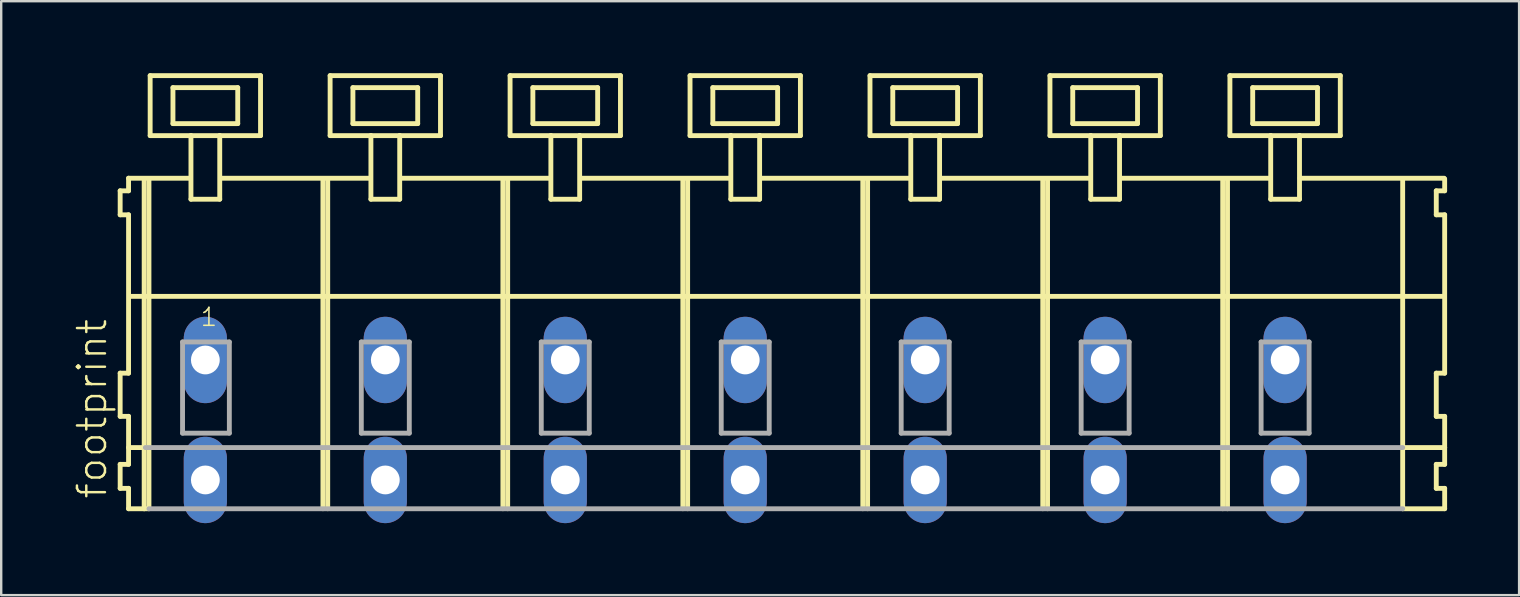
<source format=kicad_pcb>
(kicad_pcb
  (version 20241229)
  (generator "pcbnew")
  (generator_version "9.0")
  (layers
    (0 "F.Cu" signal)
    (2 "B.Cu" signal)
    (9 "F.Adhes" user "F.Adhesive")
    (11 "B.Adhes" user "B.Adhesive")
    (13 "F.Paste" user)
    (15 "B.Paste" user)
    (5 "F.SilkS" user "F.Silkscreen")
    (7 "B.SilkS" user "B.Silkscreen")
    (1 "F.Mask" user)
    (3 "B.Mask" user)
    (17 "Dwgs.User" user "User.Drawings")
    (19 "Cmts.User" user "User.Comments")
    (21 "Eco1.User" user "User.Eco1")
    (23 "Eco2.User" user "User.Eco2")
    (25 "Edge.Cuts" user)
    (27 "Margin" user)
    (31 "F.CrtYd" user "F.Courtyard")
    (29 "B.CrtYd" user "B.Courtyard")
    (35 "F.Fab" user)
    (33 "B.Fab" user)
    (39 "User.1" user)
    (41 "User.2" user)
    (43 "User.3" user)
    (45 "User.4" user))
  (footprint "footprint"
    (layer "F.Cu")
    (at 25.508 11.952)
    (property "Reference" "footprint" (at -24.035 5.855 90) (layer "F.SilkS") (effects (font (size 1.168 1.168) (thickness 0.102)) (justify left bottom)))
    (fp_line (start -23.55 -7.05) (end -23.55 -6.05) (stroke (width 0.203) (type solid)) (layer "F.SilkS"))
    (fp_line (start -23.55 -6.05) (end -23.2 -6.05) (stroke (width 0.203) (type solid)) (layer "F.SilkS"))
    (fp_line (start -23.55 0.55) (end -23.55 2.35) (stroke (width 0.203) (type solid)) (layer "F.SilkS"))
    (fp_line (start -23.55 2.35) (end -23.2 2.35) (stroke (width 0.203) (type solid)) (layer "F.SilkS"))
    (fp_line (start -23.55 4.35) (end -23.55 5.35) (stroke (width 0.203) (type solid)) (layer "F.SilkS"))
    (fp_line (start -23.55 5.35) (end -23.2 5.35) (stroke (width 0.203) (type solid)) (layer "F.SilkS"))
    (fp_line (start -23.2 -7.575) (end -23.2 -7.05) (stroke (width 0.203) (type solid)) (layer "F.SilkS"))
    (fp_line (start -23.2 -7.575) (end -20.625 -7.575) (stroke (width 0.203) (type solid)) (layer "F.SilkS"))
    (fp_line (start -23.2 -7.05) (end -23.55 -7.05) (stroke (width 0.203) (type solid)) (layer "F.SilkS"))
    (fp_line (start -23.2 -6.05) (end -23.2 0.55) (stroke (width 0.203) (type solid)) (layer "F.SilkS"))
    (fp_line (start -23.2 0.55) (end -23.55 0.55) (stroke (width 0.203) (type solid)) (layer "F.SilkS"))
    (fp_line (start -23.2 2.35) (end -23.2 4.35) (stroke (width 0.203) (type solid)) (layer "F.SilkS"))
    (fp_line (start -23.2 3.65) (end -22.5 3.65) (stroke (width 0.203) (type solid)) (layer "F.SilkS"))
    (fp_line (start -23.2 4.35) (end -23.55 4.35) (stroke (width 0.203) (type solid)) (layer "F.SilkS"))
    (fp_line (start -23.2 5.35) (end -23.2 6.2) (stroke (width 0.203) (type solid)) (layer "F.SilkS"))
    (fp_line (start -23.2 6.2) (end -22.55 6.2) (stroke (width 0.203) (type solid)) (layer "F.SilkS"))
    (fp_line (start -23.15 -2.65) (end 31.6 -2.65) (stroke (width 0.203) (type solid)) (layer "F.SilkS"))
    (fp_line (start -22.55 -7.55) (end -22.55 6.2) (stroke (width 0.203) (type solid)) (layer "F.SilkS"))
    (fp_line (start -22.55 6.2) (end -22.35 6.2) (stroke (width 0.203) (type solid)) (layer "F.SilkS"))
    (fp_line (start -22.35 -7.55) (end -22.35 6.2) (stroke (width 0.203) (type solid)) (layer "F.SilkS"))
    (fp_line (start -22.3 -11.85) (end -22.3 -9.35) (stroke (width 0.203) (type solid)) (layer "F.SilkS"))
    (fp_line (start -22.3 -9.35) (end -20.6 -9.35) (stroke (width 0.203) (type solid)) (layer "F.SilkS"))
    (fp_line (start -21.35 -11.35) (end -21.35 -9.85) (stroke (width 0.203) (type solid)) (layer "F.SilkS"))
    (fp_line (start -21.35 -9.85) (end -18.65 -9.85) (stroke (width 0.203) (type solid)) (layer "F.SilkS"))
    (fp_line (start -20.6 -9.35) (end -20.6 -6.7) (stroke (width 0.203) (type solid)) (layer "F.SilkS"))
    (fp_line (start -20.6 -9.35) (end -19.4 -9.35) (stroke (width 0.203) (type solid)) (layer "F.SilkS"))
    (fp_line (start -20.6 -6.7) (end -19.4 -6.7) (stroke (width 0.203) (type solid)) (layer "F.SilkS"))
    (fp_line (start -19.4 -9.35) (end -17.7 -9.35) (stroke (width 0.203) (type solid)) (layer "F.SilkS"))
    (fp_line (start -19.4 -6.7) (end -19.4 -9.35) (stroke (width 0.203) (type solid)) (layer "F.SilkS"))
    (fp_line (start -19.325 -7.575) (end -13.125 -7.575) (stroke (width 0.203) (type solid)) (layer "F.SilkS"))
    (fp_line (start -18.65 -11.35) (end -21.35 -11.35) (stroke (width 0.203) (type solid)) (layer "F.SilkS"))
    (fp_line (start -18.65 -9.85) (end -18.65 -11.35) (stroke (width 0.203) (type solid)) (layer "F.SilkS"))
    (fp_line (start -17.7 -11.85) (end -22.3 -11.85) (stroke (width 0.203) (type solid)) (layer "F.SilkS"))
    (fp_line (start -17.7 -9.35) (end -17.7 -11.85) (stroke (width 0.203) (type solid)) (layer "F.SilkS"))
    (fp_line (start -15.1 -7.55) (end -15.1 6.2) (stroke (width 0.203) (type solid)) (layer "F.SilkS"))
    (fp_line (start -14.9 -7.55) (end -14.9 6.2) (stroke (width 0.203) (type solid)) (layer "F.SilkS"))
    (fp_line (start -14.8 -11.85) (end -14.8 -9.35) (stroke (width 0.203) (type solid)) (layer "F.SilkS"))
    (fp_line (start -14.8 -9.35) (end -13.1 -9.35) (stroke (width 0.203) (type solid)) (layer "F.SilkS"))
    (fp_line (start -13.85 -11.35) (end -13.85 -9.85) (stroke (width 0.203) (type solid)) (layer "F.SilkS"))
    (fp_line (start -13.85 -9.85) (end -11.15 -9.85) (stroke (width 0.203) (type solid)) (layer "F.SilkS"))
    (fp_line (start -13.1 -9.35) (end -13.1 -6.7) (stroke (width 0.203) (type solid)) (layer "F.SilkS"))
    (fp_line (start -13.1 -9.35) (end -11.9 -9.35) (stroke (width 0.203) (type solid)) (layer "F.SilkS"))
    (fp_line (start -13.1 -6.7) (end -11.9 -6.7) (stroke (width 0.203) (type solid)) (layer "F.SilkS"))
    (fp_line (start -11.9 -9.35) (end -10.2 -9.35) (stroke (width 0.203) (type solid)) (layer "F.SilkS"))
    (fp_line (start -11.9 -6.7) (end -11.9 -9.35) (stroke (width 0.203) (type solid)) (layer "F.SilkS"))
    (fp_line (start -11.825 -7.575) (end -5.625 -7.575) (stroke (width 0.203) (type solid)) (layer "F.SilkS"))
    (fp_line (start -11.15 -11.35) (end -13.85 -11.35) (stroke (width 0.203) (type solid)) (layer "F.SilkS"))
    (fp_line (start -11.15 -9.85) (end -11.15 -11.35) (stroke (width 0.203) (type solid)) (layer "F.SilkS"))
    (fp_line (start -10.2 -11.85) (end -14.8 -11.85) (stroke (width 0.203) (type solid)) (layer "F.SilkS"))
    (fp_line (start -10.2 -9.35) (end -10.2 -11.85) (stroke (width 0.203) (type solid)) (layer "F.SilkS"))
    (fp_line (start -7.6 -7.55) (end -7.6 6.2) (stroke (width 0.203) (type solid)) (layer "F.SilkS"))
    (fp_line (start -7.4 -7.55) (end -7.4 6.2) (stroke (width 0.203) (type solid)) (layer "F.SilkS"))
    (fp_line (start -7.3 -11.85) (end -7.3 -9.35) (stroke (width 0.203) (type solid)) (layer "F.SilkS"))
    (fp_line (start -7.3 -9.35) (end -5.6 -9.35) (stroke (width 0.203) (type solid)) (layer "F.SilkS"))
    (fp_line (start -6.35 -11.35) (end -6.35 -9.85) (stroke (width 0.203) (type solid)) (layer "F.SilkS"))
    (fp_line (start -6.35 -9.85) (end -3.65 -9.85) (stroke (width 0.203) (type solid)) (layer "F.SilkS"))
    (fp_line (start -5.6 -9.35) (end -5.6 -6.7) (stroke (width 0.203) (type solid)) (layer "F.SilkS"))
    (fp_line (start -5.6 -9.35) (end -4.4 -9.35) (stroke (width 0.203) (type solid)) (layer "F.SilkS"))
    (fp_line (start -5.6 -6.7) (end -4.4 -6.7) (stroke (width 0.203) (type solid)) (layer "F.SilkS"))
    (fp_line (start -4.4 -9.35) (end -2.7 -9.35) (stroke (width 0.203) (type solid)) (layer "F.SilkS"))
    (fp_line (start -4.4 -6.7) (end -4.4 -9.35) (stroke (width 0.203) (type solid)) (layer "F.SilkS"))
    (fp_line (start -4.325 -7.575) (end 1.875 -7.575) (stroke (width 0.203) (type solid)) (layer "F.SilkS"))
    (fp_line (start -3.65 -11.35) (end -6.35 -11.35) (stroke (width 0.203) (type solid)) (layer "F.SilkS"))
    (fp_line (start -3.65 -9.85) (end -3.65 -11.35) (stroke (width 0.203) (type solid)) (layer "F.SilkS"))
    (fp_line (start -2.7 -11.85) (end -7.3 -11.85) (stroke (width 0.203) (type solid)) (layer "F.SilkS"))
    (fp_line (start -2.7 -9.35) (end -2.7 -11.85) (stroke (width 0.203) (type solid)) (layer "F.SilkS"))
    (fp_line (start -0.1 -7.55) (end -0.1 6.2) (stroke (width 0.203) (type solid)) (layer "F.SilkS"))
    (fp_line (start 0.1 -7.55) (end 0.1 6.2) (stroke (width 0.203) (type solid)) (layer "F.SilkS"))
    (fp_line (start 0.2 -11.85) (end 0.2 -9.35) (stroke (width 0.203) (type solid)) (layer "F.SilkS"))
    (fp_line (start 0.2 -9.35) (end 1.9 -9.35) (stroke (width 0.203) (type solid)) (layer "F.SilkS"))
    (fp_line (start 1.15 -11.35) (end 1.15 -9.85) (stroke (width 0.203) (type solid)) (layer "F.SilkS"))
    (fp_line (start 1.15 -9.85) (end 3.85 -9.85) (stroke (width 0.203) (type solid)) (layer "F.SilkS"))
    (fp_line (start 1.9 -9.35) (end 1.9 -6.7) (stroke (width 0.203) (type solid)) (layer "F.SilkS"))
    (fp_line (start 1.9 -9.35) (end 3.1 -9.35) (stroke (width 0.203) (type solid)) (layer "F.SilkS"))
    (fp_line (start 1.9 -6.7) (end 3.1 -6.7) (stroke (width 0.203) (type solid)) (layer "F.SilkS"))
    (fp_line (start 3.1 -9.35) (end 4.8 -9.35) (stroke (width 0.203) (type solid)) (layer "F.SilkS"))
    (fp_line (start 3.1 -6.7) (end 3.1 -9.35) (stroke (width 0.203) (type solid)) (layer "F.SilkS"))
    (fp_line (start 3.175 -7.575) (end 9.375 -7.575) (stroke (width 0.203) (type solid)) (layer "F.SilkS"))
    (fp_line (start 3.85 -11.35) (end 1.15 -11.35) (stroke (width 0.203) (type solid)) (layer "F.SilkS"))
    (fp_line (start 3.85 -9.85) (end 3.85 -11.35) (stroke (width 0.203) (type solid)) (layer "F.SilkS"))
    (fp_line (start 4.8 -11.85) (end 0.2 -11.85) (stroke (width 0.203) (type solid)) (layer "F.SilkS"))
    (fp_line (start 4.8 -9.35) (end 4.8 -11.85) (stroke (width 0.203) (type solid)) (layer "F.SilkS"))
    (fp_line (start 7.4 -7.55) (end 7.4 6.2) (stroke (width 0.203) (type solid)) (layer "F.SilkS"))
    (fp_line (start 7.6 -7.55) (end 7.6 6.2) (stroke (width 0.203) (type solid)) (layer "F.SilkS"))
    (fp_line (start 7.7 -11.85) (end 7.7 -9.35) (stroke (width 0.203) (type solid)) (layer "F.SilkS"))
    (fp_line (start 7.7 -9.35) (end 9.4 -9.35) (stroke (width 0.203) (type solid)) (layer "F.SilkS"))
    (fp_line (start 8.65 -11.35) (end 8.65 -9.85) (stroke (width 0.203) (type solid)) (layer "F.SilkS"))
    (fp_line (start 8.65 -9.85) (end 11.35 -9.85) (stroke (width 0.203) (type solid)) (layer "F.SilkS"))
    (fp_line (start 9.4 -9.35) (end 9.4 -6.7) (stroke (width 0.203) (type solid)) (layer "F.SilkS"))
    (fp_line (start 9.4 -9.35) (end 10.6 -9.35) (stroke (width 0.203) (type solid)) (layer "F.SilkS"))
    (fp_line (start 9.4 -6.7) (end 10.6 -6.7) (stroke (width 0.203) (type solid)) (layer "F.SilkS"))
    (fp_line (start 10.6 -9.35) (end 12.3 -9.35) (stroke (width 0.203) (type solid)) (layer "F.SilkS"))
    (fp_line (start 10.6 -6.7) (end 10.6 -9.35) (stroke (width 0.203) (type solid)) (layer "F.SilkS"))
    (fp_line (start 10.675 -7.575) (end 16.875 -7.575) (stroke (width 0.203) (type solid)) (layer "F.SilkS"))
    (fp_line (start 11.35 -11.35) (end 8.65 -11.35) (stroke (width 0.203) (type solid)) (layer "F.SilkS"))
    (fp_line (start 11.35 -9.85) (end 11.35 -11.35) (stroke (width 0.203) (type solid)) (layer "F.SilkS"))
    (fp_line (start 12.3 -11.85) (end 7.7 -11.85) (stroke (width 0.203) (type solid)) (layer "F.SilkS"))
    (fp_line (start 12.3 -9.35) (end 12.3 -11.85) (stroke (width 0.203) (type solid)) (layer "F.SilkS"))
    (fp_line (start 14.9 -7.55) (end 14.9 6.2) (stroke (width 0.203) (type solid)) (layer "F.SilkS"))
    (fp_line (start 15.1 -7.55) (end 15.1 6.2) (stroke (width 0.203) (type solid)) (layer "F.SilkS"))
    (fp_line (start 15.2 -11.85) (end 15.2 -9.35) (stroke (width 0.203) (type solid)) (layer "F.SilkS"))
    (fp_line (start 15.2 -9.35) (end 16.9 -9.35) (stroke (width 0.203) (type solid)) (layer "F.SilkS"))
    (fp_line (start 16.15 -11.35) (end 16.15 -9.85) (stroke (width 0.203) (type solid)) (layer "F.SilkS"))
    (fp_line (start 16.15 -9.85) (end 18.85 -9.85) (stroke (width 0.203) (type solid)) (layer "F.SilkS"))
    (fp_line (start 16.9 -9.35) (end 16.9 -6.7) (stroke (width 0.203) (type solid)) (layer "F.SilkS"))
    (fp_line (start 16.9 -9.35) (end 18.1 -9.35) (stroke (width 0.203) (type solid)) (layer "F.SilkS"))
    (fp_line (start 16.9 -6.7) (end 18.1 -6.7) (stroke (width 0.203) (type solid)) (layer "F.SilkS"))
    (fp_line (start 18.1 -9.35) (end 19.8 -9.35) (stroke (width 0.203) (type solid)) (layer "F.SilkS"))
    (fp_line (start 18.1 -6.7) (end 18.1 -9.35) (stroke (width 0.203) (type solid)) (layer "F.SilkS"))
    (fp_line (start 18.175 -7.575) (end 24.375 -7.575) (stroke (width 0.203) (type solid)) (layer "F.SilkS"))
    (fp_line (start 18.85 -11.35) (end 16.15 -11.35) (stroke (width 0.203) (type solid)) (layer "F.SilkS"))
    (fp_line (start 18.85 -9.85) (end 18.85 -11.35) (stroke (width 0.203) (type solid)) (layer "F.SilkS"))
    (fp_line (start 19.8 -11.85) (end 15.2 -11.85) (stroke (width 0.203) (type solid)) (layer "F.SilkS"))
    (fp_line (start 19.8 -9.35) (end 19.8 -11.85) (stroke (width 0.203) (type solid)) (layer "F.SilkS"))
    (fp_line (start 22.4 -7.55) (end 22.4 6.2) (stroke (width 0.203) (type solid)) (layer "F.SilkS"))
    (fp_line (start 22.6 -7.55) (end 22.6 6.2) (stroke (width 0.203) (type solid)) (layer "F.SilkS"))
    (fp_line (start 22.7 -11.85) (end 22.7 -9.35) (stroke (width 0.203) (type solid)) (layer "F.SilkS"))
    (fp_line (start 22.7 -9.35) (end 24.4 -9.35) (stroke (width 0.203) (type solid)) (layer "F.SilkS"))
    (fp_line (start 23.65 -11.35) (end 23.65 -9.85) (stroke (width 0.203) (type solid)) (layer "F.SilkS"))
    (fp_line (start 23.65 -9.85) (end 26.35 -9.85) (stroke (width 0.203) (type solid)) (layer "F.SilkS"))
    (fp_line (start 24.4 -9.35) (end 24.4 -6.7) (stroke (width 0.203) (type solid)) (layer "F.SilkS"))
    (fp_line (start 24.4 -9.35) (end 25.6 -9.35) (stroke (width 0.203) (type solid)) (layer "F.SilkS"))
    (fp_line (start 24.4 -6.7) (end 25.6 -6.7) (stroke (width 0.203) (type solid)) (layer "F.SilkS"))
    (fp_line (start 25.6 -9.35) (end 27.3 -9.35) (stroke (width 0.203) (type solid)) (layer "F.SilkS"))
    (fp_line (start 25.6 -6.7) (end 25.6 -9.35) (stroke (width 0.203) (type solid)) (layer "F.SilkS"))
    (fp_line (start 25.625 -7.575) (end 31.625 -7.575) (stroke (width 0.203) (type solid)) (layer "F.SilkS"))
    (fp_line (start 26.35 -11.35) (end 23.65 -11.35) (stroke (width 0.203) (type solid)) (layer "F.SilkS"))
    (fp_line (start 26.35 -9.85) (end 26.35 -11.35) (stroke (width 0.203) (type solid)) (layer "F.SilkS"))
    (fp_line (start 27.3 -11.85) (end 22.7 -11.85) (stroke (width 0.203) (type solid)) (layer "F.SilkS"))
    (fp_line (start 27.3 -9.35) (end 27.3 -11.85) (stroke (width 0.203) (type solid)) (layer "F.SilkS"))
    (fp_line (start 29.9 -7.55) (end 29.9 6.2) (stroke (width 0.203) (type solid)) (layer "F.SilkS"))
    (fp_line (start 29.9 6.2) (end 31.65 6.2) (stroke (width 0.203) (type solid)) (layer "F.SilkS"))
    (fp_line (start 29.95 3.65) (end 31.65 3.65) (stroke (width 0.203) (type solid)) (layer "F.SilkS"))
    (fp_line (start 31.3 -7.05) (end 31.3 -6.05) (stroke (width 0.203) (type solid)) (layer "F.SilkS"))
    (fp_line (start 31.3 -6.05) (end 31.65 -6.05) (stroke (width 0.203) (type solid)) (layer "F.SilkS"))
    (fp_line (start 31.3 0.55) (end 31.3 2.35) (stroke (width 0.203) (type solid)) (layer "F.SilkS"))
    (fp_line (start 31.3 2.35) (end 31.65 2.35) (stroke (width 0.203) (type solid)) (layer "F.SilkS"))
    (fp_line (start 31.3 4.35) (end 31.3 5.35) (stroke (width 0.203) (type solid)) (layer "F.SilkS"))
    (fp_line (start 31.3 5.35) (end 31.65 5.35) (stroke (width 0.203) (type solid)) (layer "F.SilkS"))
    (fp_line (start 31.65 -7.05) (end 31.3 -7.05) (stroke (width 0.203) (type solid)) (layer "F.SilkS"))
    (fp_line (start 31.65 -7.05) (end 31.65 -7.55) (stroke (width 0.203) (type solid)) (layer "F.SilkS"))
    (fp_line (start 31.65 0.55) (end 31.3 0.55) (stroke (width 0.203) (type solid)) (layer "F.SilkS"))
    (fp_line (start 31.65 0.55) (end 31.65 -6.05) (stroke (width 0.203) (type solid)) (layer "F.SilkS"))
    (fp_line (start 31.65 3.65) (end 31.65 2.35) (stroke (width 0.203) (type solid)) (layer "F.SilkS"))
    (fp_line (start 31.65 4.35) (end 31.3 4.35) (stroke (width 0.203) (type solid)) (layer "F.SilkS"))
    (fp_line (start 31.65 4.35) (end 31.65 3.65) (stroke (width 0.203) (type solid)) (layer "F.SilkS"))
    (fp_line (start 31.65 6.2) (end 31.65 5.35) (stroke (width 0.203) (type solid)) (layer "F.SilkS"))
    (fp_line (start -22.5 3.65) (end 29.9 3.65) (stroke (width 0.203) (type solid)) (layer "F.Fab"))
    (fp_line (start -22.35 6.2) (end 29.9 6.2) (stroke (width 0.203) (type solid)) (layer "F.Fab"))
    (fp_line (start -20.95 -0.75) (end -20.95 3.05) (stroke (width 0.203) (type solid)) (layer "F.Fab"))
    (fp_line (start -20.95 3.05) (end -19 3.05) (stroke (width 0.203) (type solid)) (layer "F.Fab"))
    (fp_line (start -19 -0.75) (end -20.95 -0.75) (stroke (width 0.203) (type solid)) (layer "F.Fab"))
    (fp_line (start -19 3.05) (end -19 -0.75) (stroke (width 0.203) (type solid)) (layer "F.Fab"))
    (fp_line (start -13.5 -0.75) (end -13.5 3.05) (stroke (width 0.203) (type solid)) (layer "F.Fab"))
    (fp_line (start -13.5 3.05) (end -11.5 3.05) (stroke (width 0.203) (type solid)) (layer "F.Fab"))
    (fp_line (start -11.5 -0.75) (end -13.5 -0.75) (stroke (width 0.203) (type solid)) (layer "F.Fab"))
    (fp_line (start -11.5 3.05) (end -11.5 -0.75) (stroke (width 0.203) (type solid)) (layer "F.Fab"))
    (fp_line (start -6 -0.75) (end -6 3.05) (stroke (width 0.203) (type solid)) (layer "F.Fab"))
    (fp_line (start -6 3.05) (end -4 3.05) (stroke (width 0.203) (type solid)) (layer "F.Fab"))
    (fp_line (start -4 -0.75) (end -6 -0.75) (stroke (width 0.203) (type solid)) (layer "F.Fab"))
    (fp_line (start -4 3.05) (end -4 -0.75) (stroke (width 0.203) (type solid)) (layer "F.Fab"))
    (fp_line (start 1.5 -0.75) (end 1.5 3.05) (stroke (width 0.203) (type solid)) (layer "F.Fab"))
    (fp_line (start 1.5 3.05) (end 3.5 3.05) (stroke (width 0.203) (type solid)) (layer "F.Fab"))
    (fp_line (start 3.5 -0.75) (end 1.5 -0.75) (stroke (width 0.203) (type solid)) (layer "F.Fab"))
    (fp_line (start 3.5 3.05) (end 3.5 -0.75) (stroke (width 0.203) (type solid)) (layer "F.Fab"))
    (fp_line (start 9 -0.75) (end 9 3.05) (stroke (width 0.203) (type solid)) (layer "F.Fab"))
    (fp_line (start 9 3.05) (end 11 3.05) (stroke (width 0.203) (type solid)) (layer "F.Fab"))
    (fp_line (start 11 -0.75) (end 9 -0.75) (stroke (width 0.203) (type solid)) (layer "F.Fab"))
    (fp_line (start 11 3.05) (end 11 -0.75) (stroke (width 0.203) (type solid)) (layer "F.Fab"))
    (fp_line (start 16.5 -0.75) (end 16.5 3.05) (stroke (width 0.203) (type solid)) (layer "F.Fab"))
    (fp_line (start 16.5 3.05) (end 18.5 3.05) (stroke (width 0.203) (type solid)) (layer "F.Fab"))
    (fp_line (start 18.5 -0.75) (end 16.5 -0.75) (stroke (width 0.203) (type solid)) (layer "F.Fab"))
    (fp_line (start 18.5 3.05) (end 18.5 -0.75) (stroke (width 0.203) (type solid)) (layer "F.Fab"))
    (fp_line (start 24 -0.75) (end 24 3.05) (stroke (width 0.203) (type solid)) (layer "F.Fab"))
    (fp_line (start 24 3.05) (end 26 3.05) (stroke (width 0.203) (type solid)) (layer "F.Fab"))
    (fp_line (start 26 -0.75) (end 24 -0.75) (stroke (width 0.203) (type solid)) (layer "F.Fab"))
    (fp_line (start 26 3.05) (end 26 -0.75) (stroke (width 0.203) (type solid)) (layer "F.Fab"))
    (fp_text user "1" (at -20.25 -1.35 0) (layer "F.SilkS") (effects (font (size 0.748 0.748) (thickness 0.065)) (justify left bottom)))
    (pad "A1" thru_hole oval (at -20 0 90) (size 3.6 1.8) (drill 1.2) (layers "*.Cu" "*.Mask"))
    (pad "A2" thru_hole oval (at -12.5 0 90) (size 3.6 1.8) (drill 1.2) (layers "*.Cu" "*.Mask"))
    (pad "A3" thru_hole oval (at -5 0 90) (size 3.6 1.8) (drill 1.2) (layers "*.Cu" "*.Mask"))
    (pad "A4" thru_hole oval (at 2.5 0 90) (size 3.6 1.8) (drill 1.2) (layers "*.Cu" "*.Mask"))
    (pad "A5" thru_hole oval (at 10 0 90) (size 3.6 1.8) (drill 1.2) (layers "*.Cu" "*.Mask"))
    (pad "A6" thru_hole oval (at 17.5 0 90) (size 3.6 1.8) (drill 1.2) (layers "*.Cu" "*.Mask"))
    (pad "A7" thru_hole oval (at 25 0 90) (size 3.6 1.8) (drill 1.2) (layers "*.Cu" "*.Mask"))
    (pad "B1" thru_hole oval (at -20 5 90) (size 3.6 1.8) (drill 1.2) (layers "*.Cu" "*.Mask"))
    (pad "B2" thru_hole oval (at -12.5 5 90) (size 3.6 1.8) (drill 1.2) (layers "*.Cu" "*.Mask"))
    (pad "B3" thru_hole oval (at -5 5 90) (size 3.6 1.8) (drill 1.2) (layers "*.Cu" "*.Mask"))
    (pad "B4" thru_hole oval (at 2.5 5 90) (size 3.6 1.8) (drill 1.2) (layers "*.Cu" "*.Mask"))
    (pad "B5" thru_hole oval (at 10 5 90) (size 3.6 1.8) (drill 1.2) (layers "*.Cu" "*.Mask"))
    (pad "B6" thru_hole oval (at 17.5 5 90) (size 3.6 1.8) (drill 1.2) (layers "*.Cu" "*.Mask"))
    (pad "B7" thru_hole oval (at 25 5 90) (size 3.6 1.8) (drill 1.2) (layers "*.Cu" "*.Mask")))
  (gr_rect
    (start -3 -3)
    (end 60.26 21.752)
    (stroke (width 0.1) (type default))
    (fill no)
    (layer "Edge.Cuts")))
</source>
